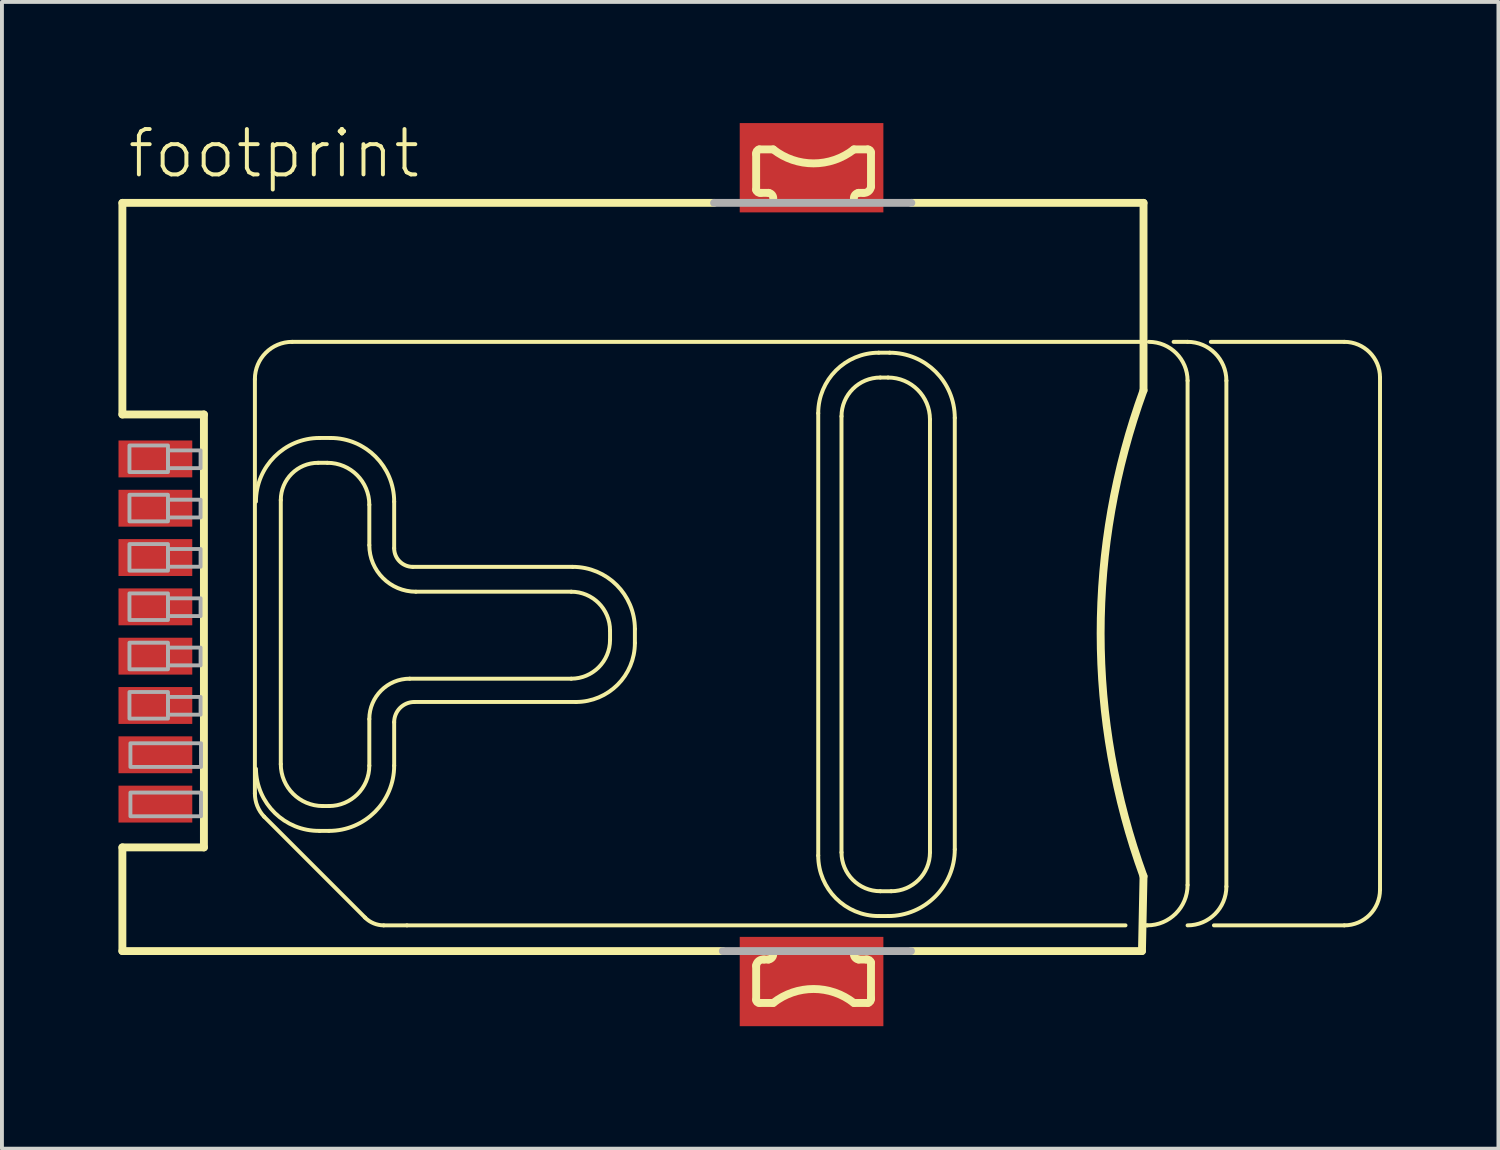
<source format=kicad_pcb>
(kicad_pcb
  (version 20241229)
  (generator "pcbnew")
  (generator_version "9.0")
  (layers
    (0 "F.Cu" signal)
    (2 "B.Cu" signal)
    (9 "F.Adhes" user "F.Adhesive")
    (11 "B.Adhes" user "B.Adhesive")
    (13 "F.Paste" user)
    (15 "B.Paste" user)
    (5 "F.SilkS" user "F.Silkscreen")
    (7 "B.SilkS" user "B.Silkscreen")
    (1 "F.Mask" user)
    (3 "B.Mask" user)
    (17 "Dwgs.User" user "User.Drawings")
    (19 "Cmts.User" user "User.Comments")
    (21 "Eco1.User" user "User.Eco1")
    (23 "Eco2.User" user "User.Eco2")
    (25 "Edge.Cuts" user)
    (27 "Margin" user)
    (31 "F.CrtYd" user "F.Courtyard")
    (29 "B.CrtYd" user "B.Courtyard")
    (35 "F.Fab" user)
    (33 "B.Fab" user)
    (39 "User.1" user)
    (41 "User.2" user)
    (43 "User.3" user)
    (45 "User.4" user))
  (footprint "footprint"
    (layer "F.Cu")
    (at 17.852 11.75)
    (property "Reference" "footprint" (at -17.67 -10.16 0) (layer "F.SilkS") (effects (font (size 1.168 1.168) (thickness 0.102)) (justify left bottom)))
    (fp_poly (pts (xy -1.85 -9.33) (xy 1.85 -9.33) (xy 1.85 -11.63) (xy -1.85 -11.63)) (stroke (width 0) (type solid)) (fill yes) (layer "F.Cu"))
    (fp_poly (pts (xy 1.85 9.33) (xy -1.85 9.33) (xy -1.85 11.63) (xy 1.85 11.63)) (stroke (width 0) (type solid)) (fill yes) (layer "F.Cu"))
    (fp_poly (pts (xy -1.975 -9.175) (xy 1.975 -9.175) (xy 1.975 -11.75) (xy -1.975 -11.75)) (stroke (width 0) (type solid)) (fill yes) (layer "F.Mask"))
    (fp_poly (pts (xy -1.975 11.785) (xy 1.975 11.785) (xy 1.975 9.21) (xy -1.975 9.21)) (stroke (width 0) (type solid)) (fill yes) (layer "F.Mask"))
    (fp_line (start -17.75 -9.575) (end -2.51 -9.575) (stroke (width 0.203) (type solid)) (layer "F.SilkS"))
    (fp_line (start -17.75 -4.125) (end -17.75 -9.575) (stroke (width 0.203) (type solid)) (layer "F.SilkS"))
    (fp_line (start -17.75 7.025) (end -15.65 7.025) (stroke (width 0.203) (type solid)) (layer "F.SilkS"))
    (fp_line (start -17.75 9.695) (end -17.75 7.025) (stroke (width 0.203) (type solid)) (layer "F.SilkS"))
    (fp_line (start -15.65 -4.125) (end -17.75 -4.125) (stroke (width 0.203) (type solid)) (layer "F.SilkS"))
    (fp_line (start -15.65 7.025) (end -15.65 -4.125) (stroke (width 0.203) (type solid)) (layer "F.SilkS"))
    (fp_line (start -14.337 -5.036) (end -14.337 5.636) (stroke (width 0.102) (type solid)) (layer "F.SilkS"))
    (fp_line (start -14.097 6.235) (end -11.499 8.833) (stroke (width 0.102) (type solid)) (layer "F.SilkS"))
    (fp_line (start -13.67 4.88) (end -13.67 -1.92) (stroke (width 0.102) (type solid)) (layer "F.SilkS"))
    (fp_line (start -13.378 -5.995) (end 8.605 -5.995) (stroke (width 0.102) (type solid)) (layer "F.SilkS"))
    (fp_line (start -12.71 -2.88) (end -12.47 -2.88) (stroke (width 0.102) (type solid)) (layer "F.SilkS"))
    (fp_line (start -12.67 -3.52) (end -12.39 -3.52) (stroke (width 0.102) (type solid)) (layer "F.SilkS"))
    (fp_line (start -12.43 5.96) (end -12.59 5.96) (stroke (width 0.102) (type solid)) (layer "F.SilkS"))
    (fp_line (start -12.43 6.6) (end -12.67 6.6) (stroke (width 0.102) (type solid)) (layer "F.SilkS"))
    (fp_line (start -11.39 -1.8) (end -11.39 -0.76) (stroke (width 0.102) (type solid)) (layer "F.SilkS"))
    (fp_line (start -11.39 3.72) (end -11.39 4.92) (stroke (width 0.102) (type solid)) (layer "F.SilkS"))
    (fp_line (start -10.75 -1.88) (end -10.75 -0.68) (stroke (width 0.102) (type solid)) (layer "F.SilkS"))
    (fp_line (start -10.75 3.8) (end -10.75 4.92) (stroke (width 0.102) (type solid)) (layer "F.SilkS"))
    (fp_line (start -10.42 9.033) (end 8.086 9.033) (stroke (width 0.102) (type solid)) (layer "F.SilkS"))
    (fp_line (start -10.27 -0.2) (end -6.15 -0.2) (stroke (width 0.102) (type solid)) (layer "F.SilkS"))
    (fp_line (start -10.19 0.44) (end -6.19 0.44) (stroke (width 0.102) (type solid)) (layer "F.SilkS"))
    (fp_line (start -6.19 2.68) (end -10.35 2.68) (stroke (width 0.102) (type solid)) (layer "F.SilkS"))
    (fp_line (start -6.07 3.28) (end -10.23 3.28) (stroke (width 0.102) (type solid)) (layer "F.SilkS"))
    (fp_line (start -5.19 1.44) (end -5.19 1.68) (stroke (width 0.102) (type solid)) (layer "F.SilkS"))
    (fp_line (start -4.55 1.4) (end -4.55 1.76) (stroke (width 0.102) (type solid)) (layer "F.SilkS"))
    (fp_line (start -2.285 9.695) (end -17.75 9.695) (stroke (width 0.203) (type solid)) (layer "F.SilkS"))
    (fp_line (start -1.427 -9.913) (end -1.427 -10.832) (stroke (width 0.203) (type solid)) (layer "F.SilkS"))
    (fp_line (start -1.427 10.952) (end -1.427 10.072) (stroke (width 0.203) (type solid)) (layer "F.SilkS"))
    (fp_line (start -1.347 -10.952) (end -0.987 -10.952) (stroke (width 0.203) (type solid)) (layer "F.SilkS"))
    (fp_line (start -1.227 9.913) (end -1.107 9.913) (stroke (width 0.203) (type solid)) (layer "F.SilkS"))
    (fp_line (start -1.107 -9.833) (end -1.307 -9.833) (stroke (width 0.203) (type solid)) (layer "F.SilkS"))
    (fp_line (start -0.987 11.032) (end -1.347 11.032) (stroke (width 0.203) (type solid)) (layer "F.SilkS"))
    (fp_line (start 0.172 7.235) (end 0.172 -4.157) (stroke (width 0.102) (type solid)) (layer "F.SilkS"))
    (fp_line (start 0.771 -4.077) (end 0.771 7.155) (stroke (width 0.102) (type solid)) (layer "F.SilkS"))
    (fp_line (start 1.091 -10.952) (end 1.451 -10.952) (stroke (width 0.203) (type solid)) (layer "F.SilkS"))
    (fp_line (start 1.211 9.913) (end 1.411 9.913) (stroke (width 0.203) (type solid)) (layer "F.SilkS"))
    (fp_line (start 1.331 -9.833) (end 1.211 -9.833) (stroke (width 0.203) (type solid)) (layer "F.SilkS"))
    (fp_line (start 1.451 11.032) (end 1.091 11.032) (stroke (width 0.203) (type solid)) (layer "F.SilkS"))
    (fp_line (start 1.531 -10.872) (end 1.531 -9.992) (stroke (width 0.203) (type solid)) (layer "F.SilkS"))
    (fp_line (start 1.531 9.993) (end 1.531 10.912) (stroke (width 0.203) (type solid)) (layer "F.SilkS"))
    (fp_line (start 1.731 -5.716) (end 2.01 -5.716) (stroke (width 0.102) (type solid)) (layer "F.SilkS"))
    (fp_line (start 1.771 8.154) (end 2.05 8.154) (stroke (width 0.102) (type solid)) (layer "F.SilkS"))
    (fp_line (start 1.97 -5.076) (end 1.771 -5.076) (stroke (width 0.102) (type solid)) (layer "F.SilkS"))
    (fp_line (start 1.97 8.793) (end 1.731 8.793) (stroke (width 0.102) (type solid)) (layer "F.SilkS"))
    (fp_line (start 2.57 -9.575) (end 8.55 -9.575) (stroke (width 0.203) (type solid)) (layer "F.SilkS"))
    (fp_line (start 3.05 7.155) (end 3.05 -3.997) (stroke (width 0.102) (type solid)) (layer "F.SilkS"))
    (fp_line (start 3.689 -4.037) (end 3.689 7.075) (stroke (width 0.102) (type solid)) (layer "F.SilkS"))
    (fp_line (start 8.51 9.695) (end 2.57 9.695) (stroke (width 0.203) (type solid)) (layer "F.SilkS"))
    (fp_line (start 8.55 -9.575) (end 8.55 -4.746) (stroke (width 0.203) (type solid)) (layer "F.SilkS"))
    (fp_line (start 8.55 7.769) (end 8.51 9.695) (stroke (width 0.203) (type solid)) (layer "F.SilkS"))
    (fp_line (start 8.646 9.033) (end 8.605 9.033) (stroke (width 0.102) (type solid)) (layer "F.SilkS"))
    (fp_line (start 9.685 -5.995) (end 9.325 -5.995) (stroke (width 0.102) (type solid)) (layer "F.SilkS"))
    (fp_line (start 9.685 -4.996) (end 9.685 7.994) (stroke (width 0.102) (type solid)) (layer "F.SilkS"))
    (fp_line (start 10.284 -5.995) (end 13.722 -5.995) (stroke (width 0.102) (type solid)) (layer "F.SilkS"))
    (fp_line (start 10.684 8.034) (end 10.684 -4.996) (stroke (width 0.102) (type solid)) (layer "F.SilkS"))
    (fp_line (start 13.722 9.033) (end 10.364 9.033) (stroke (width 0.102) (type solid)) (layer "F.SilkS"))
    (fp_line (start 14.641 -5.076) (end 14.641 8.114) (stroke (width 0.102) (type solid)) (layer "F.SilkS"))
    (fp_arc (start -14.3373 -5.0362) (mid -14.056328 -5.714528) (end -13.378 -5.9955) (stroke (width 0.1016) (type solid)) (layer "F.SilkS"))
    (fp_arc (start -14.31 -1.88) (mid -13.829655 -3.039655) (end -12.67 -3.52) (stroke (width 0.1016) (type solid)) (layer "F.SilkS"))
    (fp_arc (start -14.0974 6.235301) (mid -14.275107 5.958663) (end -14.3373 5.6358) (stroke (width 0.1016) (type solid)) (layer "F.SilkS"))
    (fp_arc (start -13.67 -1.92) (mid -13.388823 -2.598823) (end -12.71 -2.88) (stroke (width 0.1016) (type solid)) (layer "F.SilkS"))
    (fp_arc (start -12.67 6.6) (mid -13.821371 6.139655) (end -14.31 5) (stroke (width 0.1016) (type solid)) (layer "F.SilkS"))
    (fp_arc (start -12.59 5.96) (mid -13.353675 5.643675) (end -13.67 4.88) (stroke (width 0.1016) (type solid)) (layer "F.SilkS"))
    (fp_arc (start -12.47 -2.88) (mid -11.706325 -2.563675) (end -11.39 -1.8) (stroke (width 0.1016) (type solid)) (layer "F.SilkS"))
    (fp_arc (start -12.39 -3.52) (mid -11.230345 -3.039655) (end -10.75 -1.88) (stroke (width 0.1016) (type solid)) (layer "F.SilkS"))
    (fp_arc (start -11.39 3.72) (mid -11.085391 2.984609) (end -10.35 2.68) (stroke (width 0.1016) (type solid)) (layer "F.SilkS"))
    (fp_arc (start -11.39 4.92) (mid -11.694609 5.655391) (end -12.43 5.96) (stroke (width 0.1016) (type solid)) (layer "F.SilkS"))
    (fp_arc (start -11.019699 9.0332) (mid -11.279318 8.980763) (end -11.4994 8.8334) (stroke (width 0.1016) (type solid)) (layer "F.SilkS"))
    (fp_arc (start -10.75 3.8) (mid -10.597696 3.432304) (end -10.23 3.28) (stroke (width 0.1016) (type solid)) (layer "F.SilkS"))
    (fp_arc (start -10.75 4.92) (mid -11.242061 6.107939) (end -12.43 6.6) (stroke (width 0.1016) (type solid)) (layer "F.SilkS"))
    (fp_arc (start -10.4202 9.0332) (mid -10.71995 9.033793) (end -11.0197 9.0332) (stroke (width 0.1016) (type solid)) (layer "F.SilkS"))
    (fp_arc (start -10.27 -0.2) (mid -10.609411 -0.340589) (end -10.75 -0.68) (stroke (width 0.1016) (type solid)) (layer "F.SilkS"))
    (fp_arc (start -10.19 0.44) (mid -11.038528 0.088528) (end -11.39 -0.76) (stroke (width 0.1016) (type solid)) (layer "F.SilkS"))
    (fp_arc (start -6.19 0.44) (mid -5.482893 0.732893) (end -5.19 1.44) (stroke (width 0.1016) (type solid)) (layer "F.SilkS"))
    (fp_arc (start -6.15 -0.2) (mid -5.018629 0.268629) (end -4.55 1.4) (stroke (width 0.1016) (type solid)) (layer "F.SilkS"))
    (fp_arc (start -5.19 1.68) (mid -5.482893 2.387107) (end -6.19 2.68) (stroke (width 0.1016) (type solid)) (layer "F.SilkS"))
    (fp_arc (start -4.55 1.76) (mid -4.995198 2.834802) (end -6.07 3.28) (stroke (width 0.1016) (type solid)) (layer "F.SilkS"))
    (fp_arc (start -1.427 10.0725) (mid -1.360196 9.95122) (end -1.2272 9.9127) (stroke (width 0.2032) (type solid)) (layer "F.SilkS"))
    (fp_arc (start -1.4269 -10.8318) (mid -1.411782 -10.908298) (end -1.347 -10.9517) (stroke (width 0.2032) (type solid)) (layer "F.SilkS"))
    (fp_arc (start -1.3471 11.0318) (mid -1.403598 11.008398) (end -1.427 10.9519) (stroke (width 0.2032) (type solid)) (layer "F.SilkS"))
    (fp_arc (start -1.3071 -9.8327) (mid -1.383598 -9.847818) (end -1.427 -9.9126) (stroke (width 0.2032) (type solid)) (layer "F.SilkS"))
    (fp_arc (start -1.1072 -9.8326) (mid -1.014163 -9.77746) (end -0.9873 -9.6727) (stroke (width 0.2032) (type solid)) (layer "F.SilkS"))
    (fp_arc (start -0.987399 11.031799) (mid 0.051851 10.67213) (end 1.0911 11.0318) (stroke (width 0.2032) (type solid)) (layer "F.SilkS"))
    (fp_arc (start -0.987398 9.7528) (mid -1.014238 9.857544) (end -1.1073 9.9126) (stroke (width 0.2032) (type solid)) (layer "F.SilkS"))
    (fp_arc (start 0.1719 -4.1569) (mid 0.628462 -5.259138) (end 1.7307 -5.7157) (stroke (width 0.1016) (type solid)) (layer "F.SilkS"))
    (fp_arc (start 0.7714 -4.0769) (mid 1.064088 -4.783512) (end 1.7707 -5.0762) (stroke (width 0.1016) (type solid)) (layer "F.SilkS"))
    (fp_arc (start 1.091198 -9.6728) (mid 1.118038 -9.777544) (end 1.2111 -9.8326) (stroke (width 0.2032) (type solid)) (layer "F.SilkS"))
    (fp_arc (start 1.091199 -10.951799) (mid 0.051949 -10.59213) (end -0.9873 -10.9518) (stroke (width 0.2032) (type solid)) (layer "F.SilkS"))
    (fp_arc (start 1.211 9.9126) (mid 1.117963 9.85746) (end 1.0911 9.7527) (stroke (width 0.2032) (type solid)) (layer "F.SilkS"))
    (fp_arc (start 1.4109 9.9127) (mid 1.487398 9.927818) (end 1.5308 9.9926) (stroke (width 0.2032) (type solid)) (layer "F.SilkS"))
    (fp_arc (start 1.4509 -10.9518) (mid 1.507398 -10.928398) (end 1.5308 -10.8719) (stroke (width 0.2032) (type solid)) (layer "F.SilkS"))
    (fp_arc (start 1.5307 10.9118) (mid 1.515582 10.988298) (end 1.4508 11.0317) (stroke (width 0.2032) (type solid)) (layer "F.SilkS"))
    (fp_arc (start 1.5308 -9.9925) (mid 1.463996 -9.87122) (end 1.331 -9.8327) (stroke (width 0.2032) (type solid)) (layer "F.SilkS"))
    (fp_arc (start 1.7307 8.7934) (mid 0.628462 8.336838) (end 0.1719 7.2346) (stroke (width 0.1016) (type solid)) (layer "F.SilkS"))
    (fp_arc (start 1.7707 8.1539) (mid 1.064088 7.861212) (end 0.7714 7.1546) (stroke (width 0.1016) (type solid)) (layer "F.SilkS"))
    (fp_arc (start 1.9705 -5.0762) (mid 2.73361 -4.76011) (end 3.0497 -3.997) (stroke (width 0.1016) (type solid)) (layer "F.SilkS"))
    (fp_arc (start 2.0105 -5.7157) (mid 3.19752 -5.22402) (end 3.6892 -4.037) (stroke (width 0.1016) (type solid)) (layer "F.SilkS"))
    (fp_arc (start 3.0497 7.1546) (mid 2.757012 7.861212) (end 2.0504 8.1539) (stroke (width 0.1016) (type solid)) (layer "F.SilkS"))
    (fp_arc (start 3.6892 7.0747) (mid 3.185804 8.290004) (end 1.9705 8.7934) (stroke (width 0.1016) (type solid)) (layer "F.SilkS"))
    (fp_arc (start 8.55 7.768799) (mid 7.445616 1.5114) (end 8.55 -4.746) (stroke (width 0.2032) (type solid)) (layer "F.SilkS"))
    (fp_arc (start 8.6855 -5.9955) (mid 9.392041 -5.702841) (end 9.6847 -4.9963) (stroke (width 0.1016) (type solid)) (layer "F.SilkS"))
    (fp_arc (start 9.6847 -5.9955) (mid 10.391312 -5.702812) (end 10.684 -4.9962) (stroke (width 0.1016) (type solid)) (layer "F.SilkS"))
    (fp_arc (start 9.6847 7.994) (mid 9.380325 8.728825) (end 8.6455 9.0332) (stroke (width 0.1016) (type solid)) (layer "F.SilkS"))
    (fp_arc (start 10.684 8.0339) (mid 10.391312 8.740512) (end 9.6847 9.0332) (stroke (width 0.1016) (type solid)) (layer "F.SilkS"))
    (fp_arc (start 13.7217 -5.9955) (mid 14.371743 -5.726243) (end 14.641 -5.0762) (stroke (width 0.1016) (type solid)) (layer "F.SilkS"))
    (fp_arc (start 14.641 8.1139) (mid 14.371743 8.763943) (end 13.7217 9.0332) (stroke (width 0.1016) (type solid)) (layer "F.SilkS"))
    (fp_poly (pts (xy -1.725 -9.45) (xy 1.725 -9.45) (xy 1.725 -11.5) (xy -1.725 -11.5)) (stroke (width 0) (type solid)) (fill yes) (layer "F.Paste"))
    (fp_poly (pts (xy -1.725 11.51) (xy 1.725 11.51) (xy 1.725 9.46) (xy -1.725 9.46)) (stroke (width 0) (type solid)) (fill yes) (layer "F.Paste"))
    (fp_line (start -2.51 -9.575) (end 2.57 -9.575) (stroke (width 0.203) (type solid)) (layer "F.Fab"))
    (fp_line (start 2.56 9.695) (end -2.285 9.695) (stroke (width 0.203) (type solid)) (layer "F.Fab"))
    (fp_poly (pts (xy -17.568 -2.642) (xy -16.576 -2.642) (xy -16.576 -3.327) (xy -17.568 -3.327)) (stroke (width 0.1) (type solid)) (fill no) (layer "F.Fab"))
    (fp_poly (pts (xy -17.568 -1.372) (xy -16.576 -1.372) (xy -16.576 -2.057) (xy -17.568 -2.057)) (stroke (width 0.1) (type solid)) (fill no) (layer "F.Fab"))
    (fp_poly (pts (xy -17.568 -0.102) (xy -16.576 -0.102) (xy -16.576 -0.787) (xy -17.568 -0.787)) (stroke (width 0.1) (type solid)) (fill no) (layer "F.Fab"))
    (fp_poly (pts (xy -17.568 1.168) (xy -16.576 1.168) (xy -16.576 0.483) (xy -17.568 0.483)) (stroke (width 0.1) (type solid)) (fill no) (layer "F.Fab"))
    (fp_poly (pts (xy -17.568 2.438) (xy -16.576 2.438) (xy -16.576 1.753) (xy -17.568 1.753)) (stroke (width 0.1) (type solid)) (fill no) (layer "F.Fab"))
    (fp_poly (pts (xy -17.568 3.708) (xy -16.576 3.708) (xy -16.576 3.023) (xy -17.568 3.023)) (stroke (width 0.1) (type solid)) (fill no) (layer "F.Fab"))
    (fp_poly (pts (xy -17.543 4.953) (xy -15.725 4.953) (xy -15.725 4.343) (xy -17.543 4.343)) (stroke (width 0.1) (type solid)) (fill no) (layer "F.Fab"))
    (fp_poly (pts (xy -17.543 6.223) (xy -15.725 6.223) (xy -15.725 5.613) (xy -17.543 5.613)) (stroke (width 0.1) (type solid)) (fill no) (layer "F.Fab"))
    (fp_poly (pts (xy -16.576 -2.743) (xy -15.736 -2.743) (xy -15.736 -3.2) (xy -16.576 -3.2)) (stroke (width 0.1) (type solid)) (fill no) (layer "F.Fab"))
    (fp_poly (pts (xy -16.576 -1.473) (xy -15.736 -1.473) (xy -15.736 -1.93) (xy -16.576 -1.93)) (stroke (width 0.1) (type solid)) (fill no) (layer "F.Fab"))
    (fp_poly (pts (xy -16.576 -0.203) (xy -15.736 -0.203) (xy -15.736 -0.66) (xy -16.576 -0.66)) (stroke (width 0.1) (type solid)) (fill no) (layer "F.Fab"))
    (fp_poly (pts (xy -16.576 1.067) (xy -15.736 1.067) (xy -15.736 0.61) (xy -16.576 0.61)) (stroke (width 0.1) (type solid)) (fill no) (layer "F.Fab"))
    (fp_poly (pts (xy -16.576 2.337) (xy -15.736 2.337) (xy -15.736 1.88) (xy -16.576 1.88)) (stroke (width 0.1) (type solid)) (fill no) (layer "F.Fab"))
    (fp_poly (pts (xy -16.576 3.607) (xy -15.736 3.607) (xy -15.736 3.15) (xy -16.576 3.15)) (stroke (width 0.1) (type solid)) (fill no) (layer "F.Fab"))
    (pad "C1" smd rect (at -16.9 -2.98) (size 1.9 0.95) (layers "F.Cu" "F.Mask" "F.Paste"))
    (pad "C2" smd rect (at -16.9 -0.44) (size 1.9 0.95) (layers "F.Cu" "F.Mask" "F.Paste"))
    (pad "C3" smd rect (at -16.9 2.1) (size 1.9 0.95) (layers "F.Cu" "F.Mask" "F.Paste"))
    (pad "C4" smd rect (at -16.9 4.64) (size 1.9 0.95) (layers "F.Cu" "F.Mask" "F.Paste"))
    (pad "C5" smd rect (at -16.9 -1.71) (size 1.9 0.95) (layers "F.Cu" "F.Mask" "F.Paste"))
    (pad "C6" smd rect (at -16.9 0.83) (size 1.9 0.95) (layers "F.Cu" "F.Mask" "F.Paste"))
    (pad "C7" smd rect (at -16.9 3.37) (size 1.9 0.95) (layers "F.Cu" "F.Mask" "F.Paste"))
    (pad "C8" smd rect (at -16.9 5.91) (size 1.9 0.95) (layers "F.Cu" "F.Mask" "F.Paste"))
    (zone (net_name "") (layer "F.Cu") (hatch edge 0.508) (connect_pads) (min_thickness 0.254) (filled_areas_thickness no) (keepout (tracks not_allowed) (vias not_allowed) (pads not_allowed) (copperpour not_allowed) (footprints allowed)) (placement (enabled no)) (fill) (polygon (pts (xy 12.052 18.74) (xy 13.752 18.74) (xy 13.752 8.72) (xy 12.052 8.72))))
    (zone (net_name "") (layer "F.Cu") (hatch edge 0.508) (connect_pads) (min_thickness 0.254) (filled_areas_thickness no) (keepout (tracks not_allowed) (vias not_allowed) (pads not_allowed) (copperpour not_allowed) (footprints allowed)) (placement (enabled no)) (fill) (polygon (pts (xy 19.552 17.72) (xy 21.252 17.72) (xy 21.252 7.7) (xy 19.552 7.7)))))
  (gr_rect
    (start -3 -3)
    (end 35.543 26.535)
    (stroke (width 0.1) (type default))
    (fill no)
    (layer "Edge.Cuts")))
</source>
